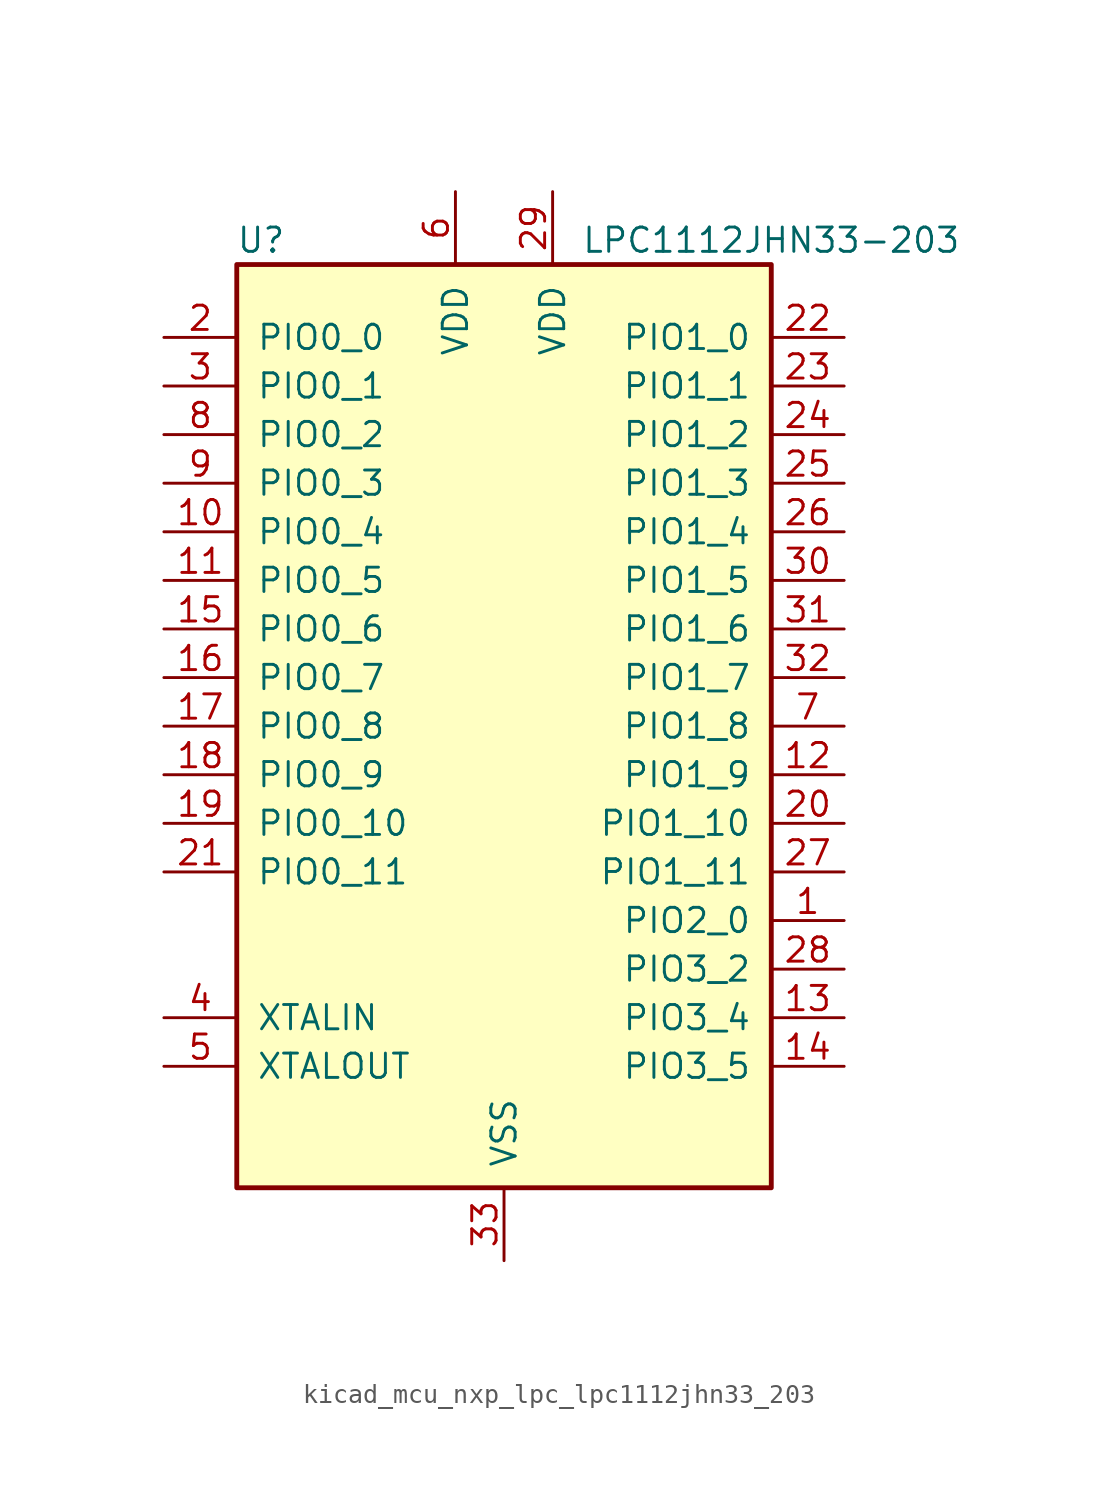
<source format=kicad_sym>
(kicad_symbol_lib
  (version 20220914)
  (generator kicad_symbol_editor)
  (symbol "kicad_mcu_nxp_lpc_lpc1112jhn33_203"
    (pin_names
      (offset 1.016))
    (property "Reference" "U"
      (at -12.7 25.4 0)
      (effects (font (size 1.27 1.27))))
    (property "Value" "LPC1112JHN33-203"
      (at 13.97 25.4 0)
      (effects (font (size 1.27 1.27))))
    (symbol "kicad_mcu_nxp_lpc_lpc1112jhn33_203_0_1"
      (rectangle (start -13.97 24.13) (end 13.97 -24.13) (stroke (width 0.254) (type default)) (fill (type background))))
    (symbol "kicad_mcu_nxp_lpc_lpc1112jhn33_203_1_1"
      (pin bidirectional line (at 17.78 -10.16 180) (length 3.81) (name "PIO2_0" (effects (font (size 1.27 1.27)))) (number "1" (effects (font (size 1.27 1.27)))))
      (pin bidirectional line (at -17.78 10.16 0) (length 3.81) (name "PIO0_4" (effects (font (size 1.27 1.27)))) (number "10" (effects (font (size 1.27 1.27)))))
      (pin bidirectional line (at -17.78 7.62 0) (length 3.81) (name "PIO0_5" (effects (font (size 1.27 1.27)))) (number "11" (effects (font (size 1.27 1.27)))))
      (pin bidirectional line (at 17.78 -2.54 180) (length 3.81) (name "PIO1_9" (effects (font (size 1.27 1.27)))) (number "12" (effects (font (size 1.27 1.27)))))
      (pin bidirectional line (at 17.78 -15.24 180) (length 3.81) (name "PIO3_4" (effects (font (size 1.27 1.27)))) (number "13" (effects (font (size 1.27 1.27)))))
      (pin bidirectional line (at 17.78 -17.78 180) (length 3.81) (name "PIO3_5" (effects (font (size 1.27 1.27)))) (number "14" (effects (font (size 1.27 1.27)))))
      (pin bidirectional line (at -17.78 5.08 0) (length 3.81) (name "PIO0_6" (effects (font (size 1.27 1.27)))) (number "15" (effects (font (size 1.27 1.27)))))
      (pin bidirectional line (at -17.78 2.54 0) (length 3.81) (name "PIO0_7" (effects (font (size 1.27 1.27)))) (number "16" (effects (font (size 1.27 1.27)))))
      (pin bidirectional line (at -17.78 0 0) (length 3.81) (name "PIO0_8" (effects (font (size 1.27 1.27)))) (number "17" (effects (font (size 1.27 1.27)))))
      (pin bidirectional line (at -17.78 -2.54 0) (length 3.81) (name "PIO0_9" (effects (font (size 1.27 1.27)))) (number "18" (effects (font (size 1.27 1.27)))))
      (pin bidirectional line (at -17.78 -5.08 0) (length 3.81) (name "PIO0_10" (effects (font (size 1.27 1.27)))) (number "19" (effects (font (size 1.27 1.27)))))
      (pin bidirectional line (at -17.78 20.32 0) (length 3.81) (name "PIO0_0" (effects (font (size 1.27 1.27)))) (number "2" (effects (font (size 1.27 1.27)))))
      (pin bidirectional line (at 17.78 -5.08 180) (length 3.81) (name "PIO1_10" (effects (font (size 1.27 1.27)))) (number "20" (effects (font (size 1.27 1.27)))))
      (pin bidirectional line (at -17.78 -7.62 0) (length 3.81) (name "PIO0_11" (effects (font (size 1.27 1.27)))) (number "21" (effects (font (size 1.27 1.27)))))
      (pin bidirectional line (at 17.78 20.32 180) (length 3.81) (name "PIO1_0" (effects (font (size 1.27 1.27)))) (number "22" (effects (font (size 1.27 1.27)))))
      (pin bidirectional line (at 17.78 17.78 180) (length 3.81) (name "PIO1_1" (effects (font (size 1.27 1.27)))) (number "23" (effects (font (size 1.27 1.27)))))
      (pin bidirectional line (at 17.78 15.24 180) (length 3.81) (name "PIO1_2" (effects (font (size 1.27 1.27)))) (number "24" (effects (font (size 1.27 1.27)))))
      (pin bidirectional line (at 17.78 12.7 180) (length 3.81) (name "PIO1_3" (effects (font (size 1.27 1.27)))) (number "25" (effects (font (size 1.27 1.27)))))
      (pin bidirectional line (at 17.78 10.16 180) (length 3.81) (name "PIO1_4" (effects (font (size 1.27 1.27)))) (number "26" (effects (font (size 1.27 1.27)))))
      (pin bidirectional line (at 17.78 -7.62 180) (length 3.81) (name "PIO1_11" (effects (font (size 1.27 1.27)))) (number "27" (effects (font (size 1.27 1.27)))))
      (pin bidirectional line (at 17.78 -12.7 180) (length 3.81) (name "PIO3_2" (effects (font (size 1.27 1.27)))) (number "28" (effects (font (size 1.27 1.27)))))
      (pin power_in line (at 2.54 27.94 270) (length 3.81) (name "VDD" (effects (font (size 1.27 1.27)))) (number "29" (effects (font (size 1.27 1.27)))))
      (pin bidirectional line (at -17.78 17.78 0) (length 3.81) (name "PIO0_1" (effects (font (size 1.27 1.27)))) (number "3" (effects (font (size 1.27 1.27)))))
      (pin bidirectional line (at 17.78 7.62 180) (length 3.81) (name "PIO1_5" (effects (font (size 1.27 1.27)))) (number "30" (effects (font (size 1.27 1.27)))))
      (pin bidirectional line (at 17.78 5.08 180) (length 3.81) (name "PIO1_6" (effects (font (size 1.27 1.27)))) (number "31" (effects (font (size 1.27 1.27)))))
      (pin bidirectional line (at 17.78 2.54 180) (length 3.81) (name "PIO1_7" (effects (font (size 1.27 1.27)))) (number "32" (effects (font (size 1.27 1.27)))))
      (pin power_in line (at 0 -27.94 90) (length 3.81) (name "VSS" (effects (font (size 1.27 1.27)))) (number "33" (effects (font (size 1.27 1.27)))))
      (pin input line (at -17.78 -15.24 0) (length 3.81) (name "XTALIN" (effects (font (size 1.27 1.27)))) (number "4" (effects (font (size 1.27 1.27)))))
      (pin output line (at -17.78 -17.78 0) (length 3.81) (name "XTALOUT" (effects (font (size 1.27 1.27)))) (number "5" (effects (font (size 1.27 1.27)))))
      (pin power_in line (at -2.54 27.94 270) (length 3.81) (name "VDD" (effects (font (size 1.27 1.27)))) (number "6" (effects (font (size 1.27 1.27)))))
      (pin bidirectional line (at 17.78 0 180) (length 3.81) (name "PIO1_8" (effects (font (size 1.27 1.27)))) (number "7" (effects (font (size 1.27 1.27)))))
      (pin bidirectional line (at -17.78 15.24 0) (length 3.81) (name "PIO0_2" (effects (font (size 1.27 1.27)))) (number "8" (effects (font (size 1.27 1.27)))))
      (pin bidirectional line (at -17.78 12.7 0) (length 3.81) (name "PIO0_3" (effects (font (size 1.27 1.27)))) (number "9" (effects (font (size 1.27 1.27))))))))
</source>
